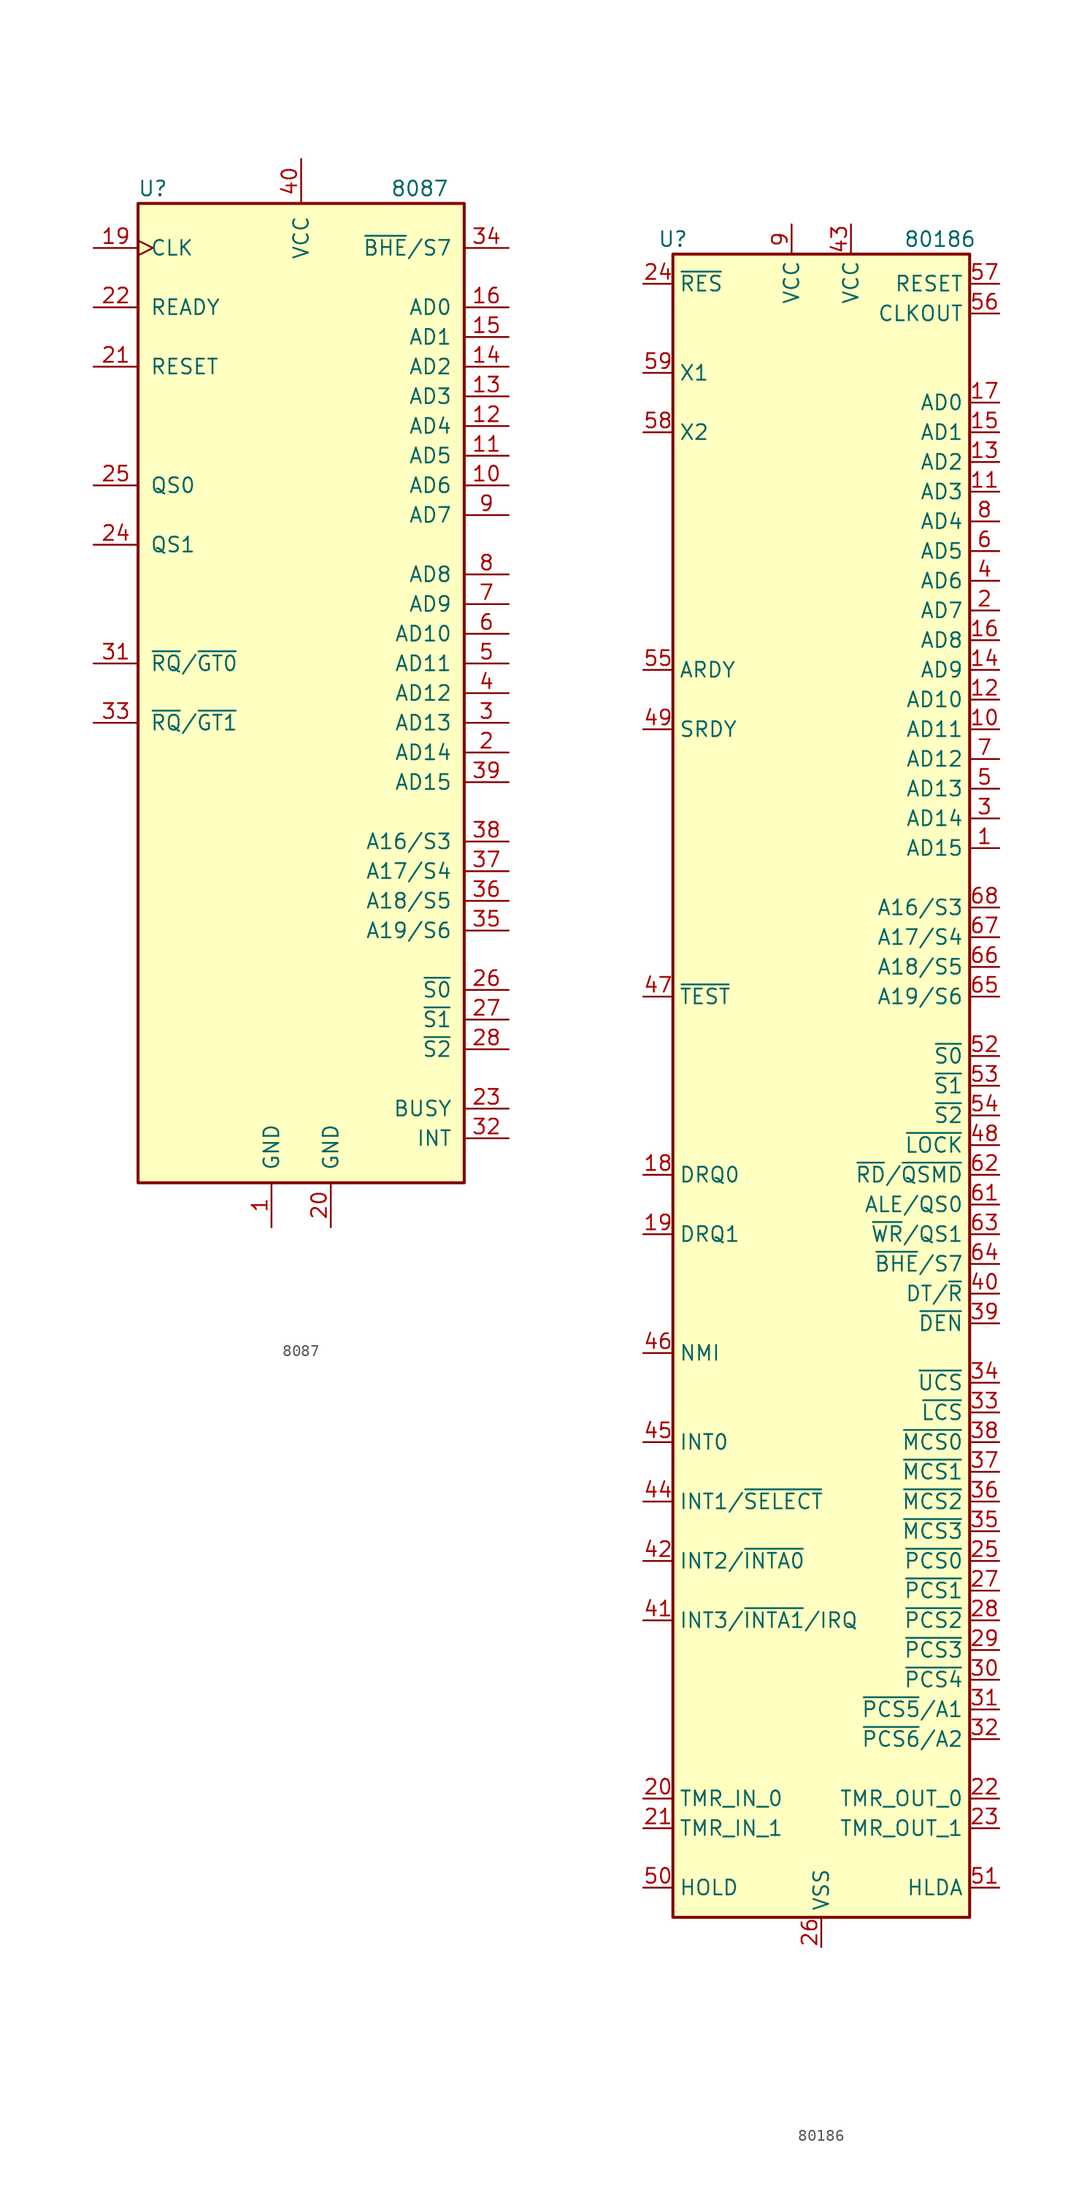
<source format=kicad_sym>
(kicad_symbol_lib
  (version 20220914)
  (generator kicad_symbol_editor)
  (symbol "8087"
    (pin_names
      (offset 1.016))
    (property "Reference" "U"
      (at -12.7 43.18 0)
      (effects (font (size 1.27 1.27))))
    (property "Value" "8087"
      (at 10.16 43.18 0)
      (effects (font (size 1.27 1.27))))
    (symbol "8087_0_1"
      (rectangle (start 13.97 -41.91) (end -13.97 41.91) (stroke (width 0.254) (type default)) (fill (type background))))
    (symbol "8087_1_1"
      (pin power_in line (at -2.54 -45.72 90) (length 3.81) (name "GND" (effects (font (size 1.27 1.27)))) (number "1" (effects (font (size 1.27 1.27)))))
      (pin bidirectional line (at 17.78 17.78 180) (length 3.81) (name "AD6" (effects (font (size 1.27 1.27)))) (number "10" (effects (font (size 1.27 1.27)))))
      (pin bidirectional line (at 17.78 20.32 180) (length 3.81) (name "AD5" (effects (font (size 1.27 1.27)))) (number "11" (effects (font (size 1.27 1.27)))))
      (pin bidirectional line (at 17.78 22.86 180) (length 3.81) (name "AD4" (effects (font (size 1.27 1.27)))) (number "12" (effects (font (size 1.27 1.27)))))
      (pin bidirectional line (at 17.78 25.4 180) (length 3.81) (name "AD3" (effects (font (size 1.27 1.27)))) (number "13" (effects (font (size 1.27 1.27)))))
      (pin bidirectional line (at 17.78 27.94 180) (length 3.81) (name "AD2" (effects (font (size 1.27 1.27)))) (number "14" (effects (font (size 1.27 1.27)))))
      (pin bidirectional line (at 17.78 30.48 180) (length 3.81) (name "AD1" (effects (font (size 1.27 1.27)))) (number "15" (effects (font (size 1.27 1.27)))))
      (pin bidirectional line (at 17.78 33.02 180) (length 3.81) (name "AD0" (effects (font (size 1.27 1.27)))) (number "16" (effects (font (size 1.27 1.27)))))
      (pin no_connect line (at -13.97 -30.48 0) (length 3.81) hide (name "NC" (effects (font (size 1.27 1.27)))) (number "17" (effects (font (size 1.27 1.27)))))
      (pin no_connect line (at -13.97 -33.02 0) (length 3.81) hide (name "NC" (effects (font (size 1.27 1.27)))) (number "18" (effects (font (size 1.27 1.27)))))
      (pin input clock (at -17.78 38.1 0) (length 3.81) (name "CLK" (effects (font (size 1.27 1.27)))) (number "19" (effects (font (size 1.27 1.27)))))
      (pin bidirectional line (at 17.78 -5.08 180) (length 3.81) (name "AD14" (effects (font (size 1.27 1.27)))) (number "2" (effects (font (size 1.27 1.27)))))
      (pin power_in line (at 2.54 -45.72 90) (length 3.81) (name "GND" (effects (font (size 1.27 1.27)))) (number "20" (effects (font (size 1.27 1.27)))))
      (pin input line (at -17.78 27.94 0) (length 3.81) (name "RESET" (effects (font (size 1.27 1.27)))) (number "21" (effects (font (size 1.27 1.27)))))
      (pin input line (at -17.78 33.02 0) (length 3.81) (name "READY" (effects (font (size 1.27 1.27)))) (number "22" (effects (font (size 1.27 1.27)))))
      (pin output line (at 17.78 -35.56 180) (length 3.81) (name "BUSY" (effects (font (size 1.27 1.27)))) (number "23" (effects (font (size 1.27 1.27)))))
      (pin input line (at -17.78 12.7 0) (length 3.81) (name "QS1" (effects (font (size 1.27 1.27)))) (number "24" (effects (font (size 1.27 1.27)))))
      (pin input line (at -17.78 17.78 0) (length 3.81) (name "QS0" (effects (font (size 1.27 1.27)))) (number "25" (effects (font (size 1.27 1.27)))))
      (pin bidirectional line (at 17.78 -25.4 180) (length 3.81) (name "~{S0}" (effects (font (size 1.27 1.27)))) (number "26" (effects (font (size 1.27 1.27)))))
      (pin bidirectional line (at 17.78 -27.94 180) (length 3.81) (name "~{S1}" (effects (font (size 1.27 1.27)))) (number "27" (effects (font (size 1.27 1.27)))))
      (pin bidirectional line (at 17.78 -30.48 180) (length 3.81) (name "~{S2}" (effects (font (size 1.27 1.27)))) (number "28" (effects (font (size 1.27 1.27)))))
      (pin no_connect line (at -13.97 -35.56 0) (length 3.81) hide (name "NC" (effects (font (size 1.27 1.27)))) (number "29" (effects (font (size 1.27 1.27)))))
      (pin bidirectional line (at 17.78 -2.54 180) (length 3.81) (name "AD13" (effects (font (size 1.27 1.27)))) (number "3" (effects (font (size 1.27 1.27)))))
      (pin no_connect line (at -13.97 -38.1 0) (length 3.81) hide (name "NC" (effects (font (size 1.27 1.27)))) (number "30" (effects (font (size 1.27 1.27)))))
      (pin bidirectional line (at -17.78 2.54 0) (length 3.81) (name "~{RQ}/~{GT0}" (effects (font (size 1.27 1.27)))) (number "31" (effects (font (size 1.27 1.27)))))
      (pin output line (at 17.78 -38.1 180) (length 3.81) (name "INT" (effects (font (size 1.27 1.27)))) (number "32" (effects (font (size 1.27 1.27)))))
      (pin bidirectional line (at -17.78 -2.54 0) (length 3.81) (name "~{RQ}/~{GT1}" (effects (font (size 1.27 1.27)))) (number "33" (effects (font (size 1.27 1.27)))))
      (pin bidirectional line (at 17.78 38.1 180) (length 3.81) (name "~{BHE}/S7" (effects (font (size 1.27 1.27)))) (number "34" (effects (font (size 1.27 1.27)))))
      (pin bidirectional line (at 17.78 -20.32 180) (length 3.81) (name "A19/S6" (effects (font (size 1.27 1.27)))) (number "35" (effects (font (size 1.27 1.27)))))
      (pin bidirectional line (at 17.78 -17.78 180) (length 3.81) (name "A18/S5" (effects (font (size 1.27 1.27)))) (number "36" (effects (font (size 1.27 1.27)))))
      (pin bidirectional line (at 17.78 -15.24 180) (length 3.81) (name "A17/S4" (effects (font (size 1.27 1.27)))) (number "37" (effects (font (size 1.27 1.27)))))
      (pin bidirectional line (at 17.78 -12.7 180) (length 3.81) (name "A16/S3" (effects (font (size 1.27 1.27)))) (number "38" (effects (font (size 1.27 1.27)))))
      (pin bidirectional line (at 17.78 -7.62 180) (length 3.81) (name "AD15" (effects (font (size 1.27 1.27)))) (number "39" (effects (font (size 1.27 1.27)))))
      (pin bidirectional line (at 17.78 0 180) (length 3.81) (name "AD12" (effects (font (size 1.27 1.27)))) (number "4" (effects (font (size 1.27 1.27)))))
      (pin power_in line (at 0 45.72 270) (length 3.81) (name "VCC" (effects (font (size 1.27 1.27)))) (number "40" (effects (font (size 1.27 1.27)))))
      (pin bidirectional line (at 17.78 2.54 180) (length 3.81) (name "AD11" (effects (font (size 1.27 1.27)))) (number "5" (effects (font (size 1.27 1.27)))))
      (pin bidirectional line (at 17.78 5.08 180) (length 3.81) (name "AD10" (effects (font (size 1.27 1.27)))) (number "6" (effects (font (size 1.27 1.27)))))
      (pin bidirectional line (at 17.78 7.62 180) (length 3.81) (name "AD9" (effects (font (size 1.27 1.27)))) (number "7" (effects (font (size 1.27 1.27)))))
      (pin bidirectional line (at 17.78 10.16 180) (length 3.81) (name "AD8" (effects (font (size 1.27 1.27)))) (number "8" (effects (font (size 1.27 1.27)))))
      (pin bidirectional line (at 17.78 15.24 180) (length 3.81) (name "AD7" (effects (font (size 1.27 1.27)))) (number "9" (effects (font (size 1.27 1.27)))))))
  (symbol "80186"
    (property "Reference" "U"
      (at -12.7 72.39 0)
      (effects (font (size 1.27 1.27))))
    (property "Value" "80186"
      (at 10.16 72.39 0)
      (effects (font (size 1.27 1.27))))
    (symbol "80186_0_1"
      (rectangle (start 12.7 -71.12) (end -12.7 71.12) (stroke (width 0.254) (type default)) (fill (type background))))
    (symbol "80186_1_1"
      (pin bidirectional line (at 15.24 20.32 180) (length 2.54) (name "AD15" (effects (font (size 1.27 1.27)))) (number "1" (effects (font (size 1.27 1.27)))))
      (pin bidirectional line (at 15.24 30.48 180) (length 2.54) (name "AD11" (effects (font (size 1.27 1.27)))) (number "10" (effects (font (size 1.27 1.27)))))
      (pin bidirectional line (at 15.24 50.8 180) (length 2.54) (name "AD3" (effects (font (size 1.27 1.27)))) (number "11" (effects (font (size 1.27 1.27)))))
      (pin bidirectional line (at 15.24 33.02 180) (length 2.54) (name "AD10" (effects (font (size 1.27 1.27)))) (number "12" (effects (font (size 1.27 1.27)))))
      (pin bidirectional line (at 15.24 53.34 180) (length 2.54) (name "AD2" (effects (font (size 1.27 1.27)))) (number "13" (effects (font (size 1.27 1.27)))))
      (pin bidirectional line (at 15.24 35.56 180) (length 2.54) (name "AD9" (effects (font (size 1.27 1.27)))) (number "14" (effects (font (size 1.27 1.27)))))
      (pin bidirectional line (at 15.24 55.88 180) (length 2.54) (name "AD1" (effects (font (size 1.27 1.27)))) (number "15" (effects (font (size 1.27 1.27)))))
      (pin bidirectional line (at 15.24 38.1 180) (length 2.54) (name "AD8" (effects (font (size 1.27 1.27)))) (number "16" (effects (font (size 1.27 1.27)))))
      (pin bidirectional line (at 15.24 58.42 180) (length 2.54) (name "AD0" (effects (font (size 1.27 1.27)))) (number "17" (effects (font (size 1.27 1.27)))))
      (pin input line (at -15.24 -7.62 0) (length 2.54) (name "DRQ0" (effects (font (size 1.27 1.27)))) (number "18" (effects (font (size 1.27 1.27)))))
      (pin input line (at -15.24 -12.7 0) (length 2.54) (name "DRQ1" (effects (font (size 1.27 1.27)))) (number "19" (effects (font (size 1.27 1.27)))))
      (pin bidirectional line (at 15.24 40.64 180) (length 2.54) (name "AD7" (effects (font (size 1.27 1.27)))) (number "2" (effects (font (size 1.27 1.27)))))
      (pin input line (at -15.24 -60.96 0) (length 2.54) (name "TMR_IN_0" (effects (font (size 1.27 1.27)))) (number "20" (effects (font (size 1.27 1.27)))))
      (pin input line (at -15.24 -63.5 0) (length 2.54) (name "TMR_IN_1" (effects (font (size 1.27 1.27)))) (number "21" (effects (font (size 1.27 1.27)))))
      (pin output line (at 15.24 -60.96 180) (length 2.54) (name "TMR_OUT_0" (effects (font (size 1.27 1.27)))) (number "22" (effects (font (size 1.27 1.27)))))
      (pin output line (at 15.24 -63.5 180) (length 2.54) (name "TMR_OUT_1" (effects (font (size 1.27 1.27)))) (number "23" (effects (font (size 1.27 1.27)))))
      (pin input line (at -15.24 68.58 0) (length 2.54) (name "~{RES}" (effects (font (size 1.27 1.27)))) (number "24" (effects (font (size 1.27 1.27)))))
      (pin output line (at 15.24 -40.64 180) (length 2.54) (name "~{PCS0}" (effects (font (size 1.27 1.27)))) (number "25" (effects (font (size 1.27 1.27)))))
      (pin power_in line (at 0 -73.66 90) (length 2.54) (name "VSS" (effects (font (size 1.27 1.27)))) (number "26" (effects (font (size 1.27 1.27)))))
      (pin output line (at 15.24 -43.18 180) (length 2.54) (name "~{PCS1}" (effects (font (size 1.27 1.27)))) (number "27" (effects (font (size 1.27 1.27)))))
      (pin output line (at 15.24 -45.72 180) (length 2.54) (name "~{PCS2}" (effects (font (size 1.27 1.27)))) (number "28" (effects (font (size 1.27 1.27)))))
      (pin output line (at 15.24 -48.26 180) (length 2.54) (name "~{PCS3}" (effects (font (size 1.27 1.27)))) (number "29" (effects (font (size 1.27 1.27)))))
      (pin bidirectional line (at 15.24 22.86 180) (length 2.54) (name "AD14" (effects (font (size 1.27 1.27)))) (number "3" (effects (font (size 1.27 1.27)))))
      (pin output line (at 15.24 -50.8 180) (length 2.54) (name "~{PCS4}" (effects (font (size 1.27 1.27)))) (number "30" (effects (font (size 1.27 1.27)))))
      (pin output line (at 15.24 -53.34 180) (length 2.54) (name "~{PCS5}/A1" (effects (font (size 1.27 1.27)))) (number "31" (effects (font (size 1.27 1.27)))))
      (pin output line (at 15.24 -55.88 180) (length 2.54) (name "~{PCS6}/A2" (effects (font (size 1.27 1.27)))) (number "32" (effects (font (size 1.27 1.27)))))
      (pin output line (at 15.24 -27.94 180) (length 2.54) (name "~{LCS}" (effects (font (size 1.27 1.27)))) (number "33" (effects (font (size 1.27 1.27)))))
      (pin output line (at 15.24 -25.4 180) (length 2.54) (name "~{UCS}" (effects (font (size 1.27 1.27)))) (number "34" (effects (font (size 1.27 1.27)))))
      (pin output line (at 15.24 -38.1 180) (length 2.54) (name "~{MCS3}" (effects (font (size 1.27 1.27)))) (number "35" (effects (font (size 1.27 1.27)))))
      (pin output line (at 15.24 -35.56 180) (length 2.54) (name "~{MCS2}" (effects (font (size 1.27 1.27)))) (number "36" (effects (font (size 1.27 1.27)))))
      (pin output line (at 15.24 -33.02 180) (length 2.54) (name "~{MCS1}" (effects (font (size 1.27 1.27)))) (number "37" (effects (font (size 1.27 1.27)))))
      (pin output line (at 15.24 -30.48 180) (length 2.54) (name "~{MCS0}" (effects (font (size 1.27 1.27)))) (number "38" (effects (font (size 1.27 1.27)))))
      (pin output line (at 15.24 -20.32 180) (length 2.54) (name "~{DEN}" (effects (font (size 1.27 1.27)))) (number "39" (effects (font (size 1.27 1.27)))))
      (pin bidirectional line (at 15.24 43.18 180) (length 2.54) (name "AD6" (effects (font (size 1.27 1.27)))) (number "4" (effects (font (size 1.27 1.27)))))
      (pin output line (at 15.24 -17.78 180) (length 2.54) (name "DT/~{R}" (effects (font (size 1.27 1.27)))) (number "40" (effects (font (size 1.27 1.27)))))
      (pin bidirectional line (at -15.24 -45.72 0) (length 2.54) (name "INT3/~{INTA1}/IRQ" (effects (font (size 1.27 1.27)))) (number "41" (effects (font (size 1.27 1.27)))))
      (pin bidirectional line (at -15.24 -40.64 0) (length 2.54) (name "INT2/~{INTA0}" (effects (font (size 1.27 1.27)))) (number "42" (effects (font (size 1.27 1.27)))))
      (pin power_in line (at 2.54 73.66 270) (length 2.54) (name "VCC" (effects (font (size 1.27 1.27)))) (number "43" (effects (font (size 1.27 1.27)))))
      (pin input line (at -15.24 -35.56 0) (length 2.54) (name "INT1/~{SELECT}" (effects (font (size 1.27 1.27)))) (number "44" (effects (font (size 1.27 1.27)))))
      (pin input line (at -15.24 -30.48 0) (length 2.54) (name "INT0" (effects (font (size 1.27 1.27)))) (number "45" (effects (font (size 1.27 1.27)))))
      (pin input line (at -15.24 -22.86 0) (length 2.54) (name "NMI" (effects (font (size 1.27 1.27)))) (number "46" (effects (font (size 1.27 1.27)))))
      (pin bidirectional line (at -15.24 7.62 0) (length 2.54) (name "~{TEST}" (effects (font (size 1.27 1.27)))) (number "47" (effects (font (size 1.27 1.27)))))
      (pin output line (at 15.24 -5.08 180) (length 2.54) (name "~{LOCK}" (effects (font (size 1.27 1.27)))) (number "48" (effects (font (size 1.27 1.27)))))
      (pin input line (at -15.24 30.48 0) (length 2.54) (name "SRDY" (effects (font (size 1.27 1.27)))) (number "49" (effects (font (size 1.27 1.27)))))
      (pin bidirectional line (at 15.24 25.4 180) (length 2.54) (name "AD13" (effects (font (size 1.27 1.27)))) (number "5" (effects (font (size 1.27 1.27)))))
      (pin input line (at -15.24 -68.58 0) (length 2.54) (name "HOLD" (effects (font (size 1.27 1.27)))) (number "50" (effects (font (size 1.27 1.27)))))
      (pin output line (at 15.24 -68.58 180) (length 2.54) (name "HLDA" (effects (font (size 1.27 1.27)))) (number "51" (effects (font (size 1.27 1.27)))))
      (pin output line (at 15.24 2.54 180) (length 2.54) (name "~{S0}" (effects (font (size 1.27 1.27)))) (number "52" (effects (font (size 1.27 1.27)))))
      (pin output line (at 15.24 0 180) (length 2.54) (name "~{S1}" (effects (font (size 1.27 1.27)))) (number "53" (effects (font (size 1.27 1.27)))))
      (pin output line (at 15.24 -2.54 180) (length 2.54) (name "~{S2}" (effects (font (size 1.27 1.27)))) (number "54" (effects (font (size 1.27 1.27)))))
      (pin input line (at -15.24 35.56 0) (length 2.54) (name "ARDY" (effects (font (size 1.27 1.27)))) (number "55" (effects (font (size 1.27 1.27)))))
      (pin output line (at 15.24 66.04 180) (length 2.54) (name "CLKOUT" (effects (font (size 1.27 1.27)))) (number "56" (effects (font (size 1.27 1.27)))))
      (pin output line (at 15.24 68.58 180) (length 2.54) (name "RESET" (effects (font (size 1.27 1.27)))) (number "57" (effects (font (size 1.27 1.27)))))
      (pin output line (at -15.24 55.88 0) (length 2.54) (name "X2" (effects (font (size 1.27 1.27)))) (number "58" (effects (font (size 1.27 1.27)))))
      (pin input line (at -15.24 60.96 0) (length 2.54) (name "X1" (effects (font (size 1.27 1.27)))) (number "59" (effects (font (size 1.27 1.27)))))
      (pin bidirectional line (at 15.24 45.72 180) (length 2.54) (name "AD5" (effects (font (size 1.27 1.27)))) (number "6" (effects (font (size 1.27 1.27)))))
      (pin passive line (at 0 -73.66 90) (length 2.54) hide (name "VSS" (effects (font (size 1.27 1.27)))) (number "60" (effects (font (size 1.27 1.27)))))
      (pin output line (at 15.24 -10.16 180) (length 2.54) (name "ALE/QS0" (effects (font (size 1.27 1.27)))) (number "61" (effects (font (size 1.27 1.27)))))
      (pin output line (at 15.24 -7.62 180) (length 2.54) (name "~{RD}/~{QSMD}" (effects (font (size 1.27 1.27)))) (number "62" (effects (font (size 1.27 1.27)))))
      (pin output line (at 15.24 -12.7 180) (length 2.54) (name "~{WR}/QS1" (effects (font (size 1.27 1.27)))) (number "63" (effects (font (size 1.27 1.27)))))
      (pin output line (at 15.24 -15.24 180) (length 2.54) (name "~{BHE}/S7" (effects (font (size 1.27 1.27)))) (number "64" (effects (font (size 1.27 1.27)))))
      (pin output line (at 15.24 7.62 180) (length 2.54) (name "A19/S6" (effects (font (size 1.27 1.27)))) (number "65" (effects (font (size 1.27 1.27)))))
      (pin output line (at 15.24 10.16 180) (length 2.54) (name "A18/S5" (effects (font (size 1.27 1.27)))) (number "66" (effects (font (size 1.27 1.27)))))
      (pin output line (at 15.24 12.7 180) (length 2.54) (name "A17/S4" (effects (font (size 1.27 1.27)))) (number "67" (effects (font (size 1.27 1.27)))))
      (pin output line (at 15.24 15.24 180) (length 2.54) (name "A16/S3" (effects (font (size 1.27 1.27)))) (number "68" (effects (font (size 1.27 1.27)))))
      (pin bidirectional line (at 15.24 27.94 180) (length 2.54) (name "AD12" (effects (font (size 1.27 1.27)))) (number "7" (effects (font (size 1.27 1.27)))))
      (pin bidirectional line (at 15.24 48.26 180) (length 2.54) (name "AD4" (effects (font (size 1.27 1.27)))) (number "8" (effects (font (size 1.27 1.27)))))
      (pin power_in line (at -2.54 73.66 270) (length 2.54) (name "VCC" (effects (font (size 1.27 1.27)))) (number "9" (effects (font (size 1.27 1.27))))))))
</source>
